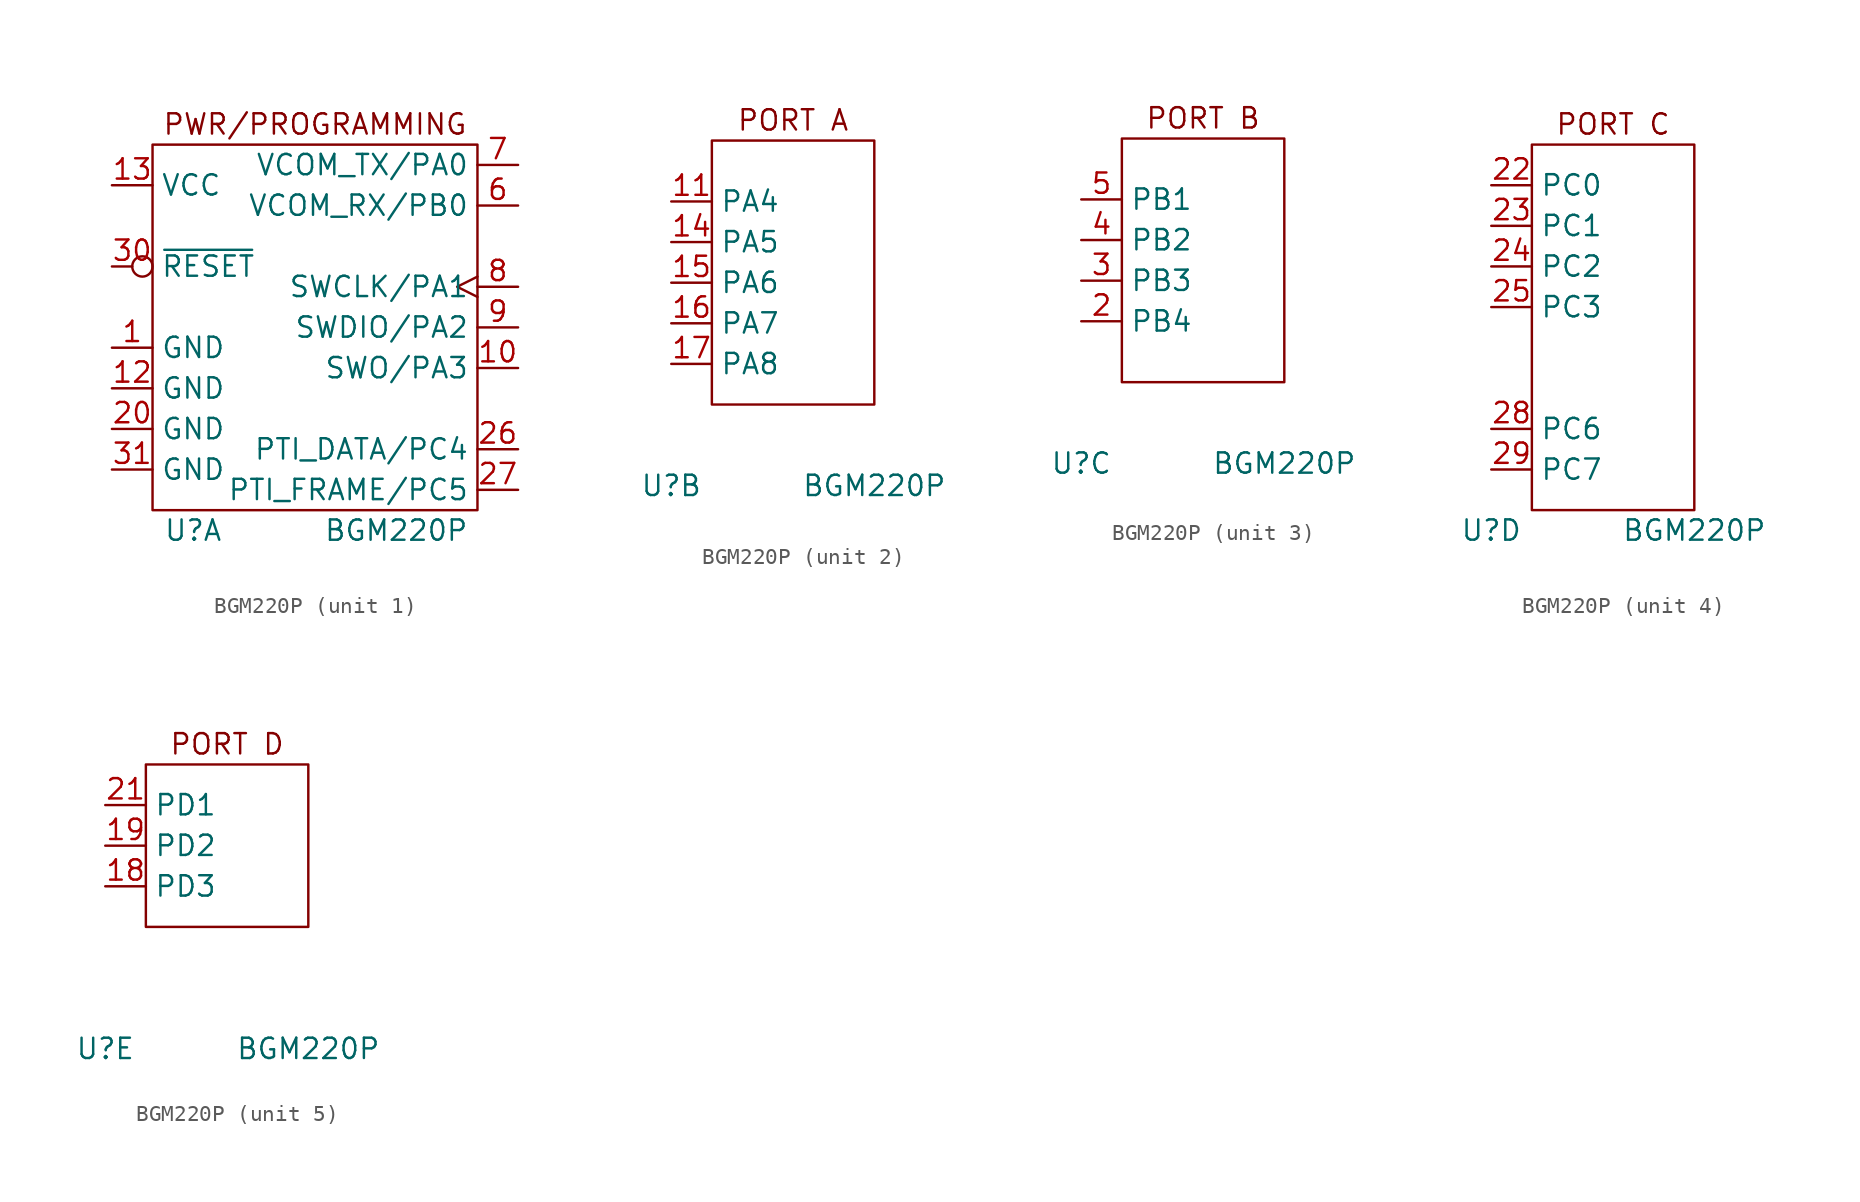
<source format=kicad_sym>
(kicad_symbol_lib
  (version 20211014)
  (generator kicad_symbol_editor)
  (symbol "BGM220P"
    (property "Reference" "U"
      (at -7.62 -12.7 0)
      (effects (font (size 1.27 1.27))))
    (property "Value" "BGM220P"
      (at 5.08 -12.7 0)
      (effects (font (size 1.27 1.27))))
    (property "ki_locked" ""
      (at 0 0 0)
      (effects (font (size 1.27 1.27))))
    (symbol "BGM220P_1_0"
      (text "PWR/PROGRAMMING" (at 0 12.7 0) (effects (font (size 1.27 1.27)))))
    (symbol "BGM220P_1_1"
      (rectangle (start -10.16 11.43) (end 10.16 -11.43) (stroke (width 0) (type default) (color 0 0 0 0)) (fill (type none)))
      (pin power_in line (at -12.7 -1.27 0) (length 2.54) (name "GND" (effects (font (size 1.27 1.27)))) (number "1" (effects (font (size 1.27 1.27)))))
      (pin output line (at 12.7 -2.54 180) (length 2.54) (name "SWO/PA3" (effects (font (size 1.27 1.27)))) (number "10" (effects (font (size 1.27 1.27)))))
      (pin power_in line (at -12.7 -3.81 0) (length 2.54) (name "GND" (effects (font (size 1.27 1.27)))) (number "12" (effects (font (size 1.27 1.27)))))
      (pin power_in line (at -12.7 8.89 0) (length 2.54) (name "VCC" (effects (font (size 1.27 1.27)))) (number "13" (effects (font (size 1.27 1.27)))))
      (pin power_in line (at -12.7 -6.35 0) (length 2.54) (name "GND" (effects (font (size 1.27 1.27)))) (number "20" (effects (font (size 1.27 1.27)))))
      (pin bidirectional line (at 12.7 -7.62 180) (length 2.54) (name "PTI_DATA/PC4" (effects (font (size 1.27 1.27)))) (number "26" (effects (font (size 1.27 1.27)))))
      (pin bidirectional line (at 12.7 -10.16 180) (length 2.54) (name "PTI_FRAME/PC5" (effects (font (size 1.27 1.27)))) (number "27" (effects (font (size 1.27 1.27)))))
      (pin input inverted (at -12.7 3.81 0) (length 2.54) (name "~{RESET}" (effects (font (size 1.27 1.27)))) (number "30" (effects (font (size 1.27 1.27)))))
      (pin power_in line (at -12.7 -8.89 0) (length 2.54) (name "GND" (effects (font (size 1.27 1.27)))) (number "31" (effects (font (size 1.27 1.27)))))
      (pin bidirectional line (at 12.7 7.62 180) (length 2.54) (name "VCOM_RX/PB0" (effects (font (size 1.27 1.27)))) (number "6" (effects (font (size 1.27 1.27)))))
      (pin bidirectional line (at 12.7 10.16 180) (length 2.54) (name "VCOM_TX/PA0" (effects (font (size 1.27 1.27)))) (number "7" (effects (font (size 1.27 1.27)))))
      (pin input clock (at 12.7 2.54 180) (length 2.54) (name "SWCLK/PA1" (effects (font (size 1.27 1.27)))) (number "8" (effects (font (size 1.27 1.27)))))
      (pin bidirectional line (at 12.7 0 180) (length 2.54) (name "SWDIO/PA2" (effects (font (size 1.27 1.27)))) (number "9" (effects (font (size 1.27 1.27))))))
    (symbol "BGM220P_2_0"
      (text "PORT A" (at 0 10.16 0) (effects (font (size 1.27 1.27)))))
    (symbol "BGM220P_2_1"
      (rectangle (start -5.08 8.89) (end 5.08 -7.62) (stroke (width 0) (type default) (color 0 0 0 0)) (fill (type none)))
      (pin bidirectional line (at -7.62 5.08 0) (length 2.54) (name "PA4" (effects (font (size 1.27 1.27)))) (number "11" (effects (font (size 1.27 1.27)))))
      (pin bidirectional line (at -7.62 2.54 0) (length 2.54) (name "PA5" (effects (font (size 1.27 1.27)))) (number "14" (effects (font (size 1.27 1.27)))))
      (pin bidirectional line (at -7.62 0 0) (length 2.54) (name "PA6" (effects (font (size 1.27 1.27)))) (number "15" (effects (font (size 1.27 1.27)))))
      (pin bidirectional line (at -7.62 -2.54 0) (length 2.54) (name "PA7" (effects (font (size 1.27 1.27)))) (number "16" (effects (font (size 1.27 1.27)))))
      (pin bidirectional line (at -7.62 -5.08 0) (length 2.54) (name "PA8" (effects (font (size 1.27 1.27)))) (number "17" (effects (font (size 1.27 1.27))))))
    (symbol "BGM220P_3_0"
      (text "PORT B" (at 0 8.89 0) (effects (font (size 1.27 1.27)))))
    (symbol "BGM220P_3_1"
      (rectangle (start -5.08 7.62) (end 5.08 -7.62) (stroke (width 0) (type default) (color 0 0 0 0)) (fill (type none)))
      (pin bidirectional line (at -7.62 -3.81 0) (length 2.54) (name "PB4" (effects (font (size 1.27 1.27)))) (number "2" (effects (font (size 1.27 1.27)))))
      (pin bidirectional line (at -7.62 -1.27 0) (length 2.54) (name "PB3" (effects (font (size 1.27 1.27)))) (number "3" (effects (font (size 1.27 1.27)))))
      (pin bidirectional line (at -7.62 1.27 0) (length 2.54) (name "PB2" (effects (font (size 1.27 1.27)))) (number "4" (effects (font (size 1.27 1.27)))))
      (pin bidirectional line (at -7.62 3.81 0) (length 2.54) (name "PB1" (effects (font (size 1.27 1.27)))) (number "5" (effects (font (size 1.27 1.27))))))
    (symbol "BGM220P_4_0"
      (text "PORT C" (at 0 12.7 0) (effects (font (size 1.27 1.27)))))
    (symbol "BGM220P_4_1"
      (rectangle (start -5.08 11.43) (end 5.08 -11.43) (stroke (width 0) (type default) (color 0 0 0 0)) (fill (type none)))
      (pin bidirectional line (at -7.62 8.89 0) (length 2.54) (name "PC0" (effects (font (size 1.27 1.27)))) (number "22" (effects (font (size 1.27 1.27)))))
      (pin bidirectional line (at -7.62 6.35 0) (length 2.54) (name "PC1" (effects (font (size 1.27 1.27)))) (number "23" (effects (font (size 1.27 1.27)))))
      (pin bidirectional line (at -7.62 3.81 0) (length 2.54) (name "PC2" (effects (font (size 1.27 1.27)))) (number "24" (effects (font (size 1.27 1.27)))))
      (pin bidirectional line (at -7.62 1.27 0) (length 2.54) (name "PC3" (effects (font (size 1.27 1.27)))) (number "25" (effects (font (size 1.27 1.27)))))
      (pin bidirectional line (at -7.62 -6.35 0) (length 2.54) (name "PC6" (effects (font (size 1.27 1.27)))) (number "28" (effects (font (size 1.27 1.27)))))
      (pin bidirectional line (at -7.62 -8.89 0) (length 2.54) (name "PC7" (effects (font (size 1.27 1.27)))) (number "29" (effects (font (size 1.27 1.27))))))
    (symbol "BGM220P_5_0"
      (text "PORT D" (at 0 6.35 0) (effects (font (size 1.27 1.27)))))
    (symbol "BGM220P_5_1"
      (rectangle (start -5.08 5.08) (end 5.08 -5.08) (stroke (width 0) (type default) (color 0 0 0 0)) (fill (type none)))
      (pin bidirectional line (at -7.62 -2.54 0) (length 2.54) (name "PD3" (effects (font (size 1.27 1.27)))) (number "18" (effects (font (size 1.27 1.27)))))
      (pin bidirectional line (at -7.62 0 0) (length 2.54) (name "PD2" (effects (font (size 1.27 1.27)))) (number "19" (effects (font (size 1.27 1.27)))))
      (pin bidirectional line (at -7.62 2.54 0) (length 2.54) (name "PD1" (effects (font (size 1.27 1.27)))) (number "21" (effects (font (size 1.27 1.27))))))))
</source>
